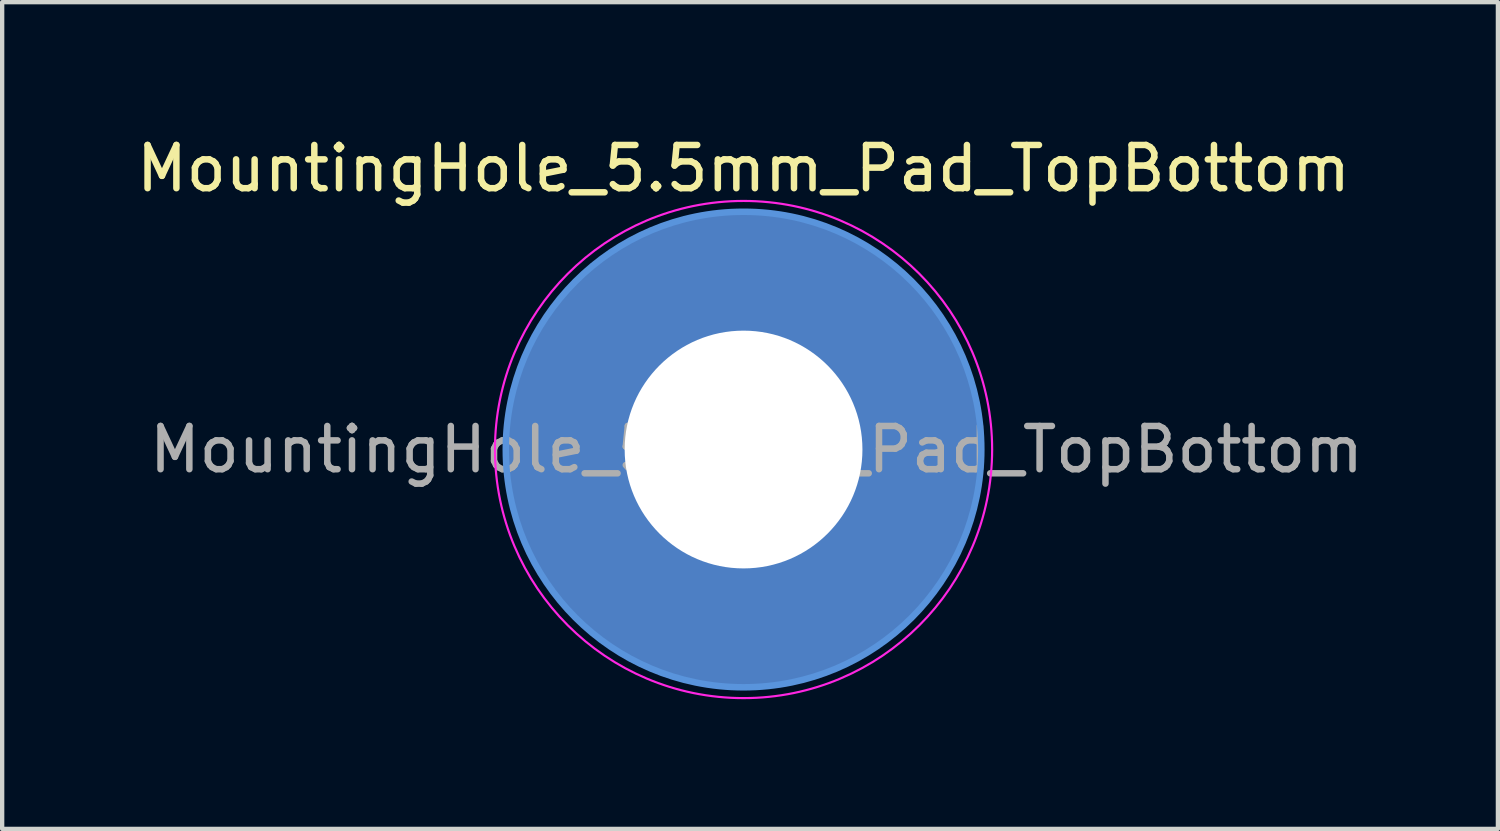
<source format=kicad_pcb>
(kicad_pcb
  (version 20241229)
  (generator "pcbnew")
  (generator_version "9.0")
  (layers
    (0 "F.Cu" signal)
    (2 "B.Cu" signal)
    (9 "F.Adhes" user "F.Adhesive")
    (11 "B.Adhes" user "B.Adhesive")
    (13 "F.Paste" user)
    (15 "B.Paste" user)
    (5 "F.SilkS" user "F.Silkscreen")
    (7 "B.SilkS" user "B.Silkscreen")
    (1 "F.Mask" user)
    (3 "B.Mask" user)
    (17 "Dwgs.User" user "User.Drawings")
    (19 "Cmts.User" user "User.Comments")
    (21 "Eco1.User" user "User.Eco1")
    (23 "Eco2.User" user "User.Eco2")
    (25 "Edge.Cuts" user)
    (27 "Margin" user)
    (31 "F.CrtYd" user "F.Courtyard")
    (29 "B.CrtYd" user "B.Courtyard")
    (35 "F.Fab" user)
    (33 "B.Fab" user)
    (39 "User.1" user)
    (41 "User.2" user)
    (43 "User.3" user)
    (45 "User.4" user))
  (footprint "MountingHole_5.5mm_Pad_TopBottom"
    (layer "F.Cu")
    (at 14.149 7.348)
    (property "Reference" "MountingHole_5.5mm_Pad_TopBottom" (at 0 -6.5 0) (layer "F.SilkS") (effects (font (size 1 1) (thickness 0.15))))
    (attr exclude_from_pos_files exclude_from_bom)
    (fp_circle (center 0 0) (end 5.5 0) (stroke (width 0.15) (type solid)) (fill no) (layer "Cmts.User"))
    (fp_circle (center 0 0) (end 5.75 0) (stroke (width 0.05) (type solid)) (fill no) (layer "F.CrtYd"))
    (fp_text user "${REFERENCE}" (at 0.3 0 0) (layer "F.Fab") (effects (font (size 1 1) (thickness 0.15))))
    (pad "1" thru_hole circle (at 0 0) (size 5.9 5.9) (drill 5.5) (layers "*.Cu" "*.Mask"))
    (pad "1" connect circle (at 0 0) (size 11 11) (layers "F.Cu" "F.Mask"))
    (pad "1" connect circle (at 0 0) (size 11 11) (layers "B.Cu" "B.Mask")))
  (gr_rect
    (start -3 -3)
    (end 31.598 16.123)
    (stroke (width 0.1) (type default))
    (fill no)
    (layer "Edge.Cuts")))
</source>
